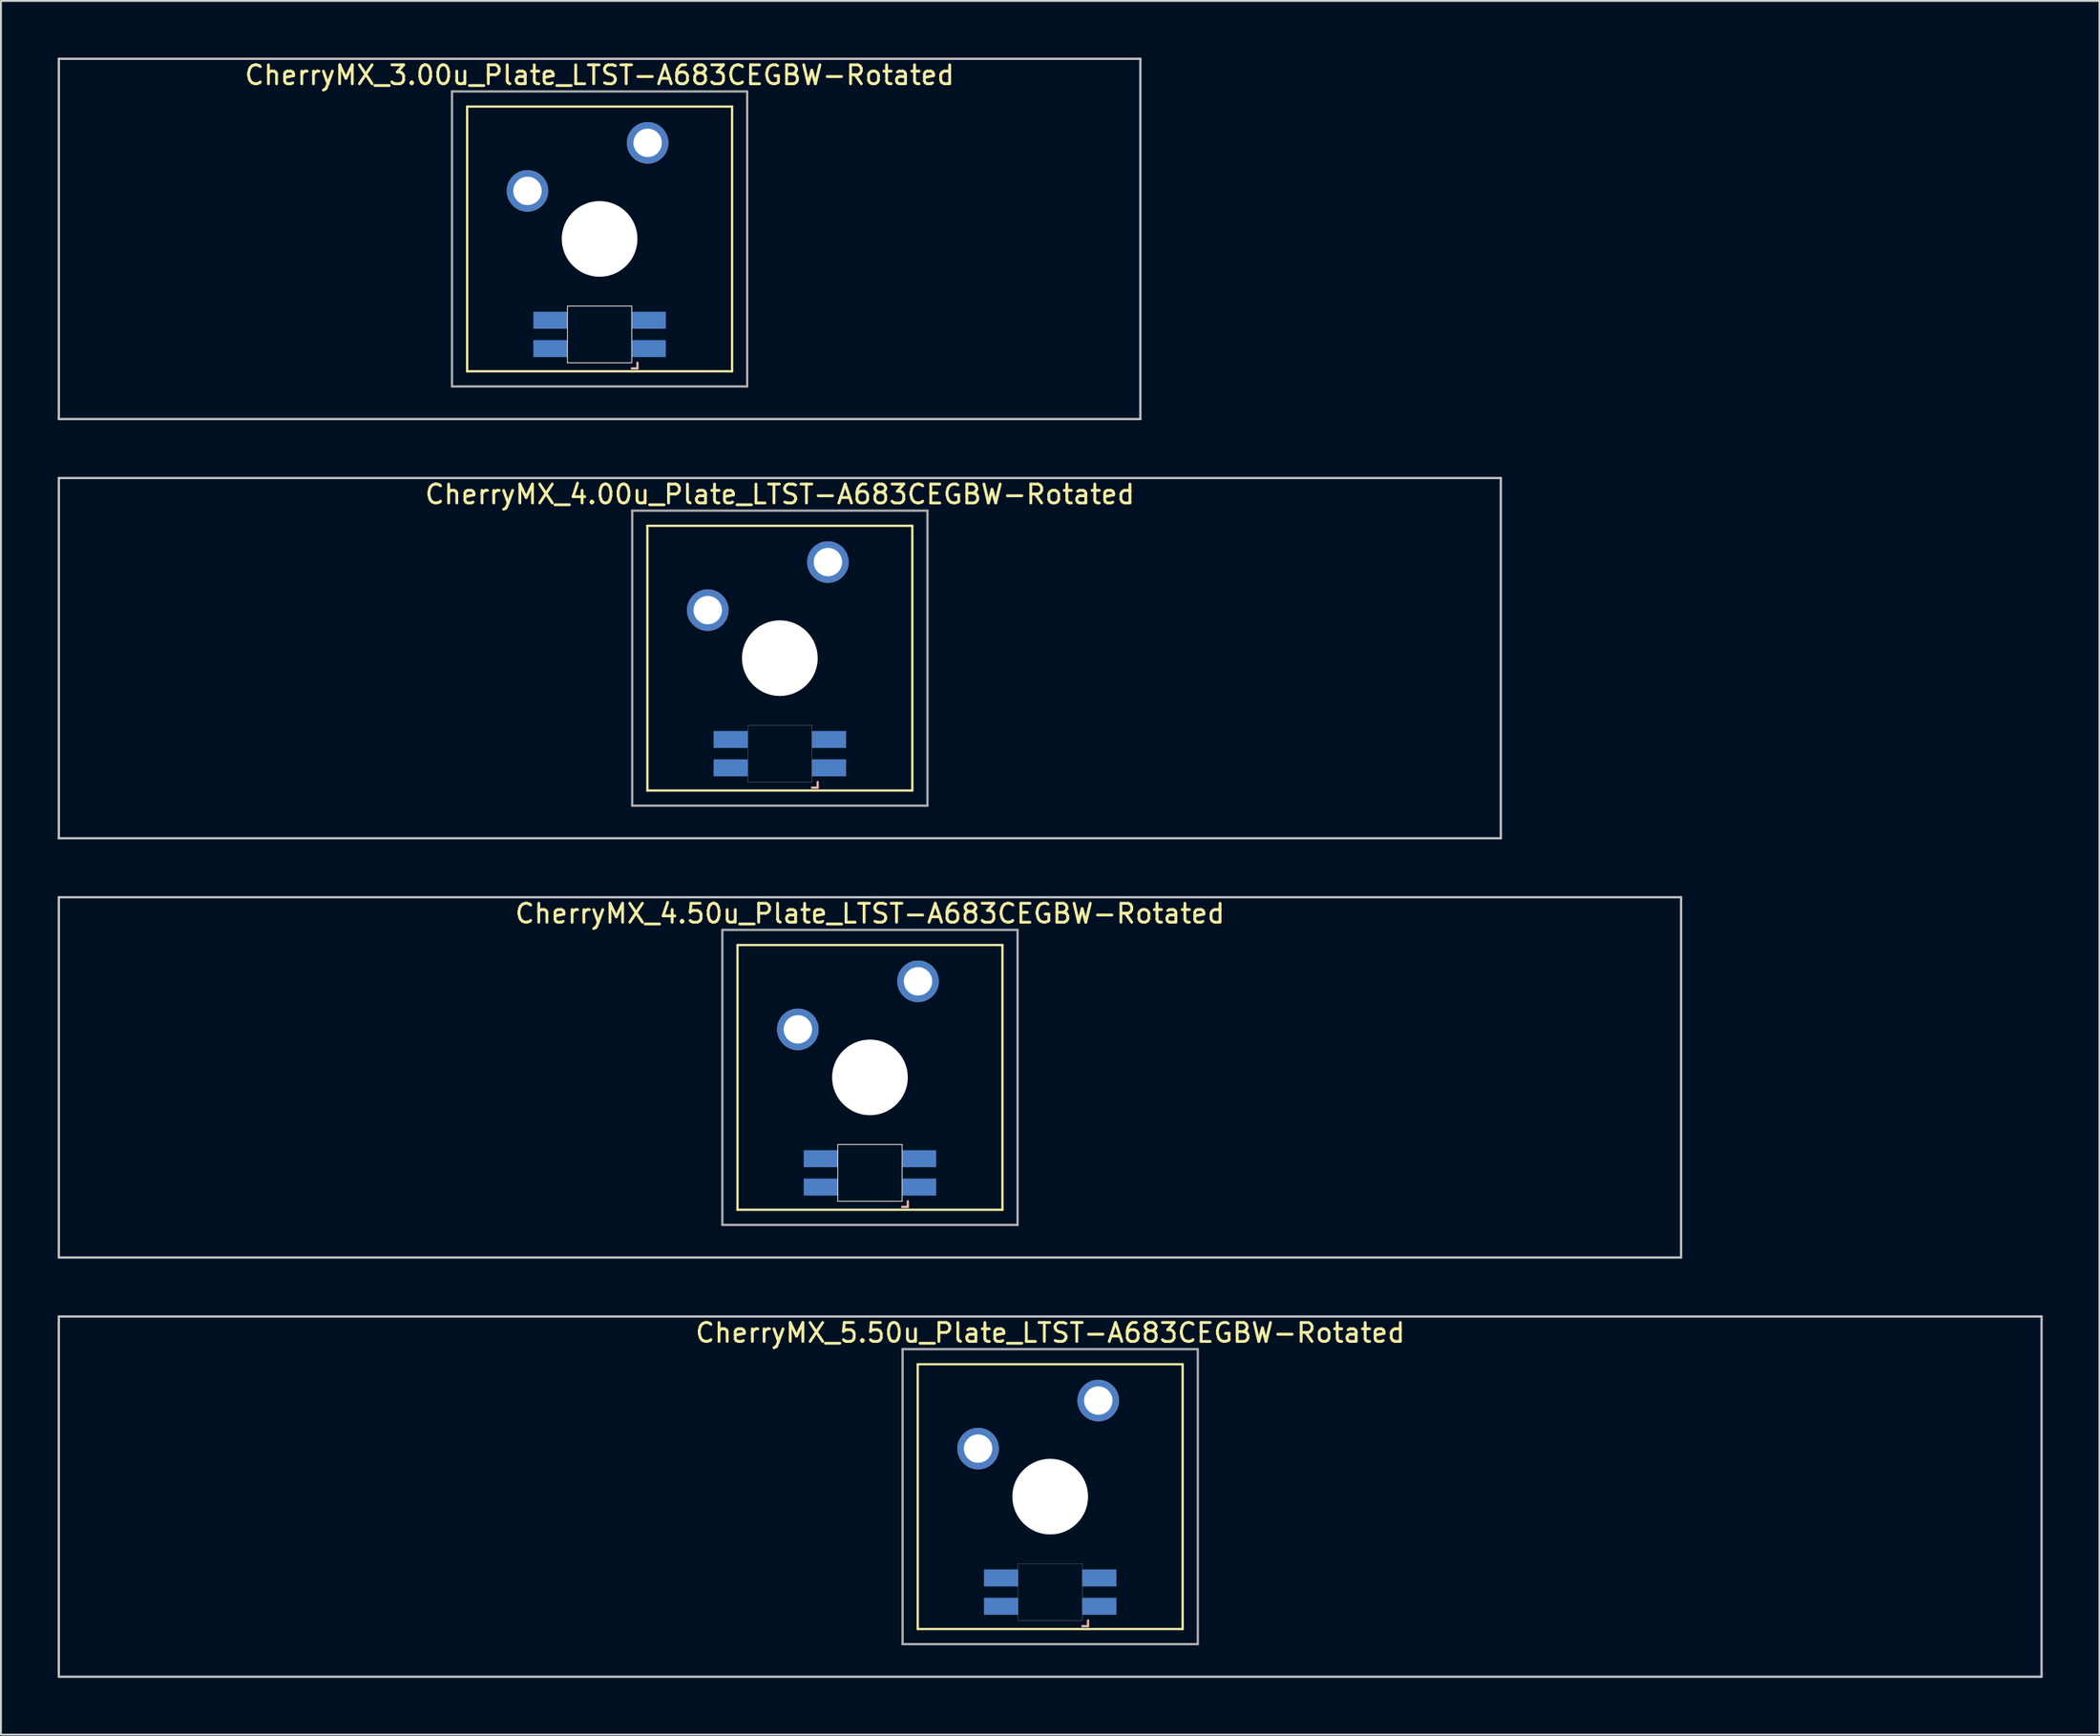
<source format=kicad_pcb>
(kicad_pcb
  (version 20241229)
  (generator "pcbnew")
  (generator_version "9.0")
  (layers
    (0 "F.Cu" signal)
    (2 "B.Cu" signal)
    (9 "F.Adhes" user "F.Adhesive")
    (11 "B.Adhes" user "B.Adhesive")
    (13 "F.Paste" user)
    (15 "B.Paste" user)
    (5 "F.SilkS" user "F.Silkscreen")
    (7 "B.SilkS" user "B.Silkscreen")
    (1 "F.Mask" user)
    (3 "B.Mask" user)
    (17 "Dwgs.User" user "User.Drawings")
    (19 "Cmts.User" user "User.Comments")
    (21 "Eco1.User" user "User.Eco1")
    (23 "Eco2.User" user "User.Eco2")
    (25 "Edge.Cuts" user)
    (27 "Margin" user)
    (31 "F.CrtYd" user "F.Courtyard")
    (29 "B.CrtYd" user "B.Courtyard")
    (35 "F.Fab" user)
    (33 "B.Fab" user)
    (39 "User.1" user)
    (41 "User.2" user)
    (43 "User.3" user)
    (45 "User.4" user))
  (footprint "CherryMX_4.50u_Plate_LTST-A683CEGBW-Rotated"
    (layer "F.Cu")
    (at 42.922 53.925)
    (property "Reference" "CherryMX_4.50u_Plate_LTST-A683CEGBW-Rotated" (at 0 -8.662 0) (layer "F.SilkS") (effects (font (size 1 1) (thickness 0.15))))
    (attr through_hole)
    (fp_line (start -7 -7) (end -7 7) (stroke (width 0.12) (type solid)) (layer "F.SilkS"))
    (fp_line (start -7 -7) (end 7 -7) (stroke (width 0.12) (type solid)) (layer "F.SilkS"))
    (fp_line (start 7 -7) (end 7 7) (stroke (width 0.12) (type solid)) (layer "F.SilkS"))
    (fp_line (start 7 7) (end -7 7) (stroke (width 0.12) (type solid)) (layer "F.SilkS"))
    (fp_line (start 1.7 6.85) (end 2 6.85) (stroke (width 0.12) (type solid)) (layer "B.SilkS"))
    (fp_line (start 2 6.85) (end 2 6.55) (stroke (width 0.12) (type solid)) (layer "B.SilkS"))
    (fp_line (start -42.862 -9.525) (end 42.862 -9.525) (stroke (width 0.12) (type solid)) (layer "Dwgs.User"))
    (fp_line (start -42.862 9.525) (end -42.862 -9.525) (stroke (width 0.12) (type solid)) (layer "Dwgs.User"))
    (fp_line (start 42.862 -9.525) (end 42.862 9.525) (stroke (width 0.12) (type solid)) (layer "Dwgs.User"))
    (fp_line (start 42.862 9.525) (end -42.862 9.525) (stroke (width 0.12) (type solid)) (layer "Dwgs.User"))
    (fp_line (start -1.7 3.55) (end 1.7 3.55) (stroke (width 0.05) (type solid)) (layer "Edge.Cuts"))
    (fp_line (start -1.7 6.55) (end -1.7 3.55) (stroke (width 0.05) (type solid)) (layer "Edge.Cuts"))
    (fp_line (start 1.7 3.55) (end 1.7 6.55) (stroke (width 0.05) (type solid)) (layer "Edge.Cuts"))
    (fp_line (start 1.7 6.55) (end -1.7 6.55) (stroke (width 0.05) (type solid)) (layer "Edge.Cuts"))
    (fp_line (start -7.8 -7.8) (end -7.8 7.8) (stroke (width 0.12) (type solid)) (layer "F.Fab"))
    (fp_line (start -7.8 -7.8) (end 7.8 -7.8) (stroke (width 0.12) (type solid)) (layer "F.Fab"))
    (fp_line (start -7.8 7.8) (end 7.8 7.8) (stroke (width 0.12) (type solid)) (layer "F.Fab"))
    (fp_line (start 7.8 -7.8) (end 7.8 7.8) (stroke (width 0.12) (type solid)) (layer "F.Fab"))
    (pad "" np_thru_hole circle (at 0 0) (size 4 4) (drill 4) (layers "*.Cu" "*.Mask"))
    (pad "1" thru_hole circle (at -3.81 -2.54) (size 2.2 2.2) (drill 1.5) (layers "*.Cu" "*.Mask"))
    (pad "2" thru_hole circle (at 2.54 -5.08) (size 2.2 2.2) (drill 1.5) (layers "*.Cu" "*.Mask"))
    (pad "3" smd rect (at 2.6 5.8) (size 1.8 0.9) (layers "B.Cu" "B.Mask" "B.Paste"))
    (pad "4" smd rect (at 2.6 4.3) (size 1.8 0.9) (layers "B.Cu" "B.Mask" "B.Paste"))
    (pad "5" smd rect (at -2.6 5.8) (size 1.8 0.9) (layers "B.Cu" "B.Mask" "B.Paste"))
    (pad "6" smd rect (at -2.6 4.3) (size 1.8 0.9) (layers "B.Cu" "B.Mask" "B.Paste")))
  (footprint "CherryMX_4.00u_Plate_LTST-A683CEGBW-Rotated"
    (layer "F.Cu")
    (at 38.16 31.755)
    (property "Reference" "CherryMX_4.00u_Plate_LTST-A683CEGBW-Rotated" (at 0 -8.662 0) (layer "F.SilkS") (effects (font (size 1 1) (thickness 0.15))))
    (attr through_hole)
    (fp_line (start -7 -7) (end -7 7) (stroke (width 0.12) (type solid)) (layer "F.SilkS"))
    (fp_line (start -7 -7) (end 7 -7) (stroke (width 0.12) (type solid)) (layer "F.SilkS"))
    (fp_line (start 7 -7) (end 7 7) (stroke (width 0.12) (type solid)) (layer "F.SilkS"))
    (fp_line (start 7 7) (end -7 7) (stroke (width 0.12) (type solid)) (layer "F.SilkS"))
    (fp_line (start 1.7 6.85) (end 2 6.85) (stroke (width 0.12) (type solid)) (layer "B.SilkS"))
    (fp_line (start 2 6.85) (end 2 6.55) (stroke (width 0.12) (type solid)) (layer "B.SilkS"))
    (fp_line (start -38.1 -9.525) (end 38.1 -9.525) (stroke (width 0.12) (type solid)) (layer "Dwgs.User"))
    (fp_line (start -38.1 9.525) (end -38.1 -9.525) (stroke (width 0.12) (type solid)) (layer "Dwgs.User"))
    (fp_line (start 38.1 -9.525) (end 38.1 9.525) (stroke (width 0.12) (type solid)) (layer "Dwgs.User"))
    (fp_line (start 38.1 9.525) (end -38.1 9.525) (stroke (width 0.12) (type solid)) (layer "Dwgs.User"))
    (fp_poly (pts (xy -1.7 3.55) (xy 1.7 3.55) (xy 1.7 6.55) (xy -1.7 6.55)) (stroke (width 0.01) (type solid)) (fill no) (layer "Edge.Cuts"))
    (fp_line (start -7.8 -7.8) (end -7.8 7.8) (stroke (width 0.12) (type solid)) (layer "F.Fab"))
    (fp_line (start -7.8 -7.8) (end 7.8 -7.8) (stroke (width 0.12) (type solid)) (layer "F.Fab"))
    (fp_line (start -7.8 7.8) (end 7.8 7.8) (stroke (width 0.12) (type solid)) (layer "F.Fab"))
    (fp_line (start 7.8 -7.8) (end 7.8 7.8) (stroke (width 0.12) (type solid)) (layer "F.Fab"))
    (pad "" np_thru_hole circle (at 0 0) (size 4 4) (drill 4) (layers "*.Cu" "*.Mask"))
    (pad "1" thru_hole circle (at -3.81 -2.54) (size 2.2 2.2) (drill 1.5) (layers "*.Cu" "*.Mask"))
    (pad "2" thru_hole circle (at 2.54 -5.08) (size 2.2 2.2) (drill 1.5) (layers "*.Cu" "*.Mask"))
    (pad "3" smd rect (at 2.6 5.8 180) (size 1.8 0.9) (layers "B.Cu" "B.Mask" "B.Paste"))
    (pad "4" smd rect (at 2.6 4.3 180) (size 1.8 0.9) (layers "B.Cu" "B.Mask" "B.Paste"))
    (pad "5" smd rect (at -2.6 5.8 180) (size 1.8 0.9) (layers "B.Cu" "B.Mask" "B.Paste"))
    (pad "6" smd rect (at -2.6 4.3 180) (size 1.8 0.9) (layers "B.Cu" "B.Mask" "B.Paste")))
  (footprint "CherryMX_3.00u_Plate_LTST-A683CEGBW-Rotated"
    (layer "F.Cu")
    (at 28.635 9.585)
    (property "Reference" "CherryMX_3.00u_Plate_LTST-A683CEGBW-Rotated" (at 0 -8.662 0) (layer "F.SilkS") (effects (font (size 1 1) (thickness 0.15))))
    (attr through_hole)
    (fp_line (start -7 -7) (end -7 7) (stroke (width 0.12) (type solid)) (layer "F.SilkS"))
    (fp_line (start -7 -7) (end 7 -7) (stroke (width 0.12) (type solid)) (layer "F.SilkS"))
    (fp_line (start 7 -7) (end 7 7) (stroke (width 0.12) (type solid)) (layer "F.SilkS"))
    (fp_line (start 7 7) (end -7 7) (stroke (width 0.12) (type solid)) (layer "F.SilkS"))
    (fp_line (start 1.7 6.85) (end 2 6.85) (stroke (width 0.12) (type solid)) (layer "B.SilkS"))
    (fp_line (start 2 6.85) (end 2 6.55) (stroke (width 0.12) (type solid)) (layer "B.SilkS"))
    (fp_line (start -28.575 -9.525) (end 28.575 -9.525) (stroke (width 0.12) (type solid)) (layer "Dwgs.User"))
    (fp_line (start -28.575 9.525) (end -28.575 -9.525) (stroke (width 0.12) (type solid)) (layer "Dwgs.User"))
    (fp_line (start 28.575 -9.525) (end 28.575 9.525) (stroke (width 0.12) (type solid)) (layer "Dwgs.User"))
    (fp_line (start 28.575 9.525) (end -28.575 9.525) (stroke (width 0.12) (type solid)) (layer "Dwgs.User"))
    (fp_line (start -1.7 3.55) (end 1.7 3.55) (stroke (width 0.05) (type solid)) (layer "Edge.Cuts"))
    (fp_line (start -1.7 6.55) (end -1.7 3.55) (stroke (width 0.05) (type solid)) (layer "Edge.Cuts"))
    (fp_line (start 1.7 3.55) (end 1.7 6.55) (stroke (width 0.05) (type solid)) (layer "Edge.Cuts"))
    (fp_line (start 1.7 6.55) (end -1.7 6.55) (stroke (width 0.05) (type solid)) (layer "Edge.Cuts"))
    (fp_line (start -7.8 -7.8) (end -7.8 7.8) (stroke (width 0.12) (type solid)) (layer "F.Fab"))
    (fp_line (start -7.8 -7.8) (end 7.8 -7.8) (stroke (width 0.12) (type solid)) (layer "F.Fab"))
    (fp_line (start -7.8 7.8) (end 7.8 7.8) (stroke (width 0.12) (type solid)) (layer "F.Fab"))
    (fp_line (start 7.8 -7.8) (end 7.8 7.8) (stroke (width 0.12) (type solid)) (layer "F.Fab"))
    (pad "" np_thru_hole circle (at 0 0) (size 4 4) (drill 4) (layers "*.Cu" "*.Mask"))
    (pad "1" thru_hole circle (at -3.81 -2.54) (size 2.2 2.2) (drill 1.5) (layers "*.Cu" "*.Mask"))
    (pad "2" thru_hole circle (at 2.54 -5.08) (size 2.2 2.2) (drill 1.5) (layers "*.Cu" "*.Mask"))
    (pad "3" smd rect (at 2.6 5.8 180) (size 1.8 0.9) (layers "B.Cu" "B.Mask" "B.Paste"))
    (pad "4" smd rect (at 2.6 4.3 180) (size 1.8 0.9) (layers "B.Cu" "B.Mask" "B.Paste"))
    (pad "5" smd rect (at -2.6 5.8 180) (size 1.8 0.9) (layers "B.Cu" "B.Mask" "B.Paste"))
    (pad "6" smd rect (at -2.6 4.3 180) (size 1.8 0.9) (layers "B.Cu" "B.Mask" "B.Paste")))
  (footprint "CherryMX_5.50u_Plate_LTST-A683CEGBW-Rotated"
    (layer "F.Cu")
    (at 52.447 76.095)
    (property "Reference" "CherryMX_5.50u_Plate_LTST-A683CEGBW-Rotated" (at 0 -8.662 0) (layer "F.SilkS") (effects (font (size 1 1) (thickness 0.15))))
    (attr through_hole)
    (fp_line (start -7 -7) (end -7 7) (stroke (width 0.12) (type solid)) (layer "F.SilkS"))
    (fp_line (start -7 -7) (end 7 -7) (stroke (width 0.12) (type solid)) (layer "F.SilkS"))
    (fp_line (start 7 -7) (end 7 7) (stroke (width 0.12) (type solid)) (layer "F.SilkS"))
    (fp_line (start 7 7) (end -7 7) (stroke (width 0.12) (type solid)) (layer "F.SilkS"))
    (fp_line (start 1.7 6.85) (end 2 6.85) (stroke (width 0.12) (type solid)) (layer "B.SilkS"))
    (fp_line (start 2 6.85) (end 2 6.55) (stroke (width 0.12) (type solid)) (layer "B.SilkS"))
    (fp_line (start -52.388 -9.525) (end 52.388 -9.525) (stroke (width 0.12) (type solid)) (layer "Dwgs.User"))
    (fp_line (start -52.388 9.525) (end -52.388 -9.525) (stroke (width 0.12) (type solid)) (layer "Dwgs.User"))
    (fp_line (start 52.388 -9.525) (end 52.388 9.525) (stroke (width 0.12) (type solid)) (layer "Dwgs.User"))
    (fp_line (start 52.388 9.525) (end -52.388 9.525) (stroke (width 0.12) (type solid)) (layer "Dwgs.User"))
    (fp_poly (pts (xy -1.7 3.55) (xy 1.7 3.55) (xy 1.7 6.55) (xy -1.7 6.55)) (stroke (width 0.01) (type solid)) (fill no) (layer "Edge.Cuts"))
    (fp_line (start -7.8 -7.8) (end -7.8 7.8) (stroke (width 0.12) (type solid)) (layer "F.Fab"))
    (fp_line (start -7.8 -7.8) (end 7.8 -7.8) (stroke (width 0.12) (type solid)) (layer "F.Fab"))
    (fp_line (start -7.8 7.8) (end 7.8 7.8) (stroke (width 0.12) (type solid)) (layer "F.Fab"))
    (fp_line (start 7.8 -7.8) (end 7.8 7.8) (stroke (width 0.12) (type solid)) (layer "F.Fab"))
    (pad "" np_thru_hole circle (at 0 0) (size 4 4) (drill 4) (layers "*.Cu" "*.Mask"))
    (pad "1" thru_hole circle (at -3.81 -2.54) (size 2.2 2.2) (drill 1.5) (layers "*.Cu" "*.Mask"))
    (pad "2" thru_hole circle (at 2.54 -5.08) (size 2.2 2.2) (drill 1.5) (layers "*.Cu" "*.Mask"))
    (pad "3" smd rect (at 2.6 5.8 180) (size 1.8 0.9) (layers "B.Cu" "B.Mask" "B.Paste"))
    (pad "4" smd rect (at 2.6 4.3 180) (size 1.8 0.9) (layers "B.Cu" "B.Mask" "B.Paste"))
    (pad "5" smd rect (at -2.6 5.8 180) (size 1.8 0.9) (layers "B.Cu" "B.Mask" "B.Paste"))
    (pad "6" smd rect (at -2.6 4.3 180) (size 1.8 0.9) (layers "B.Cu" "B.Mask" "B.Paste")))
  (gr_rect
    (start -3 -3)
    (end 107.895 88.68)
    (stroke (width 0.1) (type default))
    (fill no)
    (layer "Edge.Cuts")))
</source>
